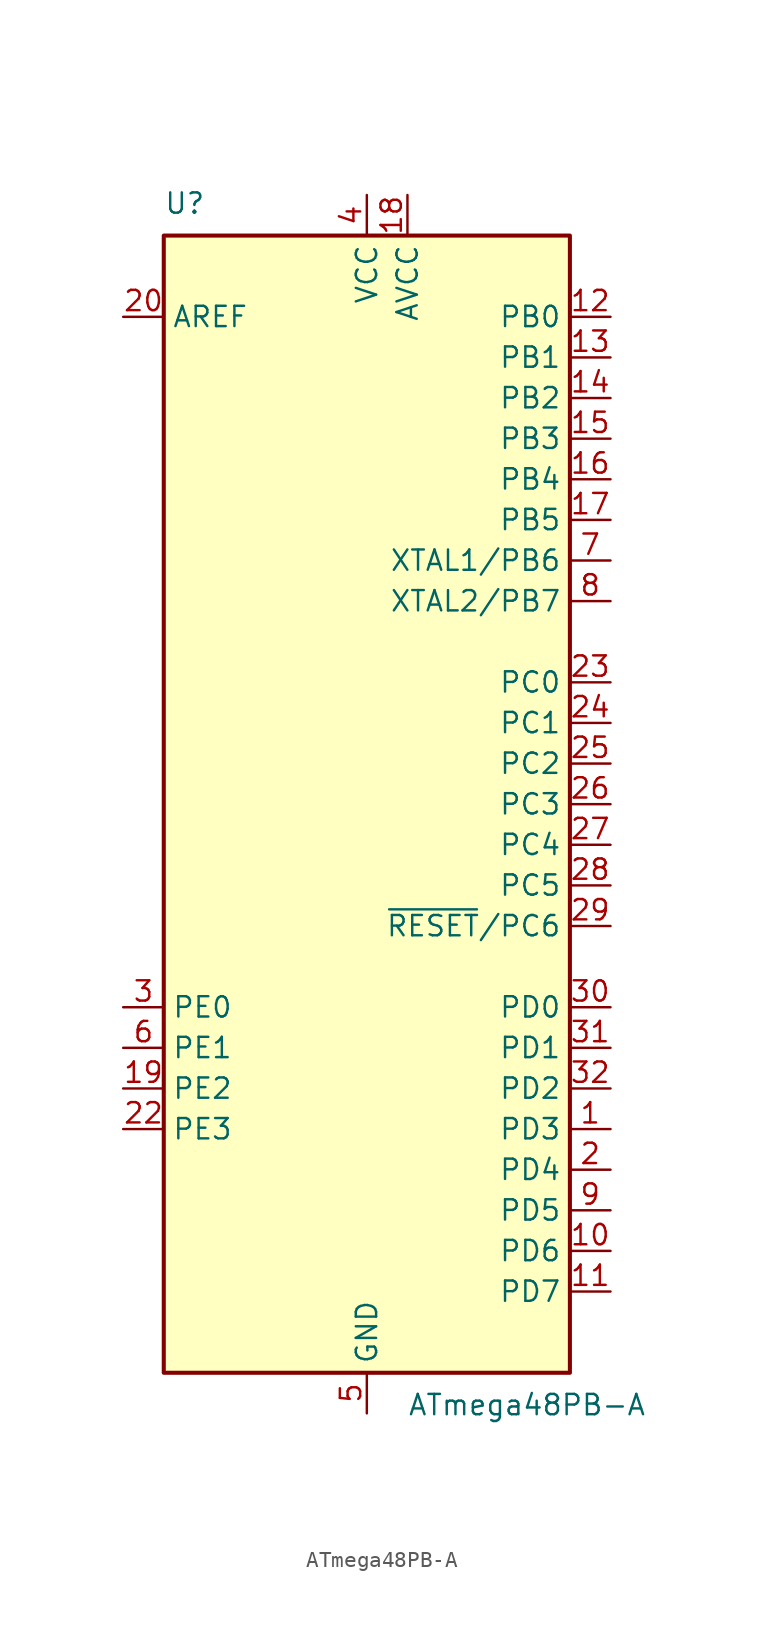
<source format=kicad_sym>
(kicad_symbol_lib
  (version 20231120)
  (generator "kicad_symbol_editor")
  (generator_version "8.0")
  (symbol "ATmega48PB-A"
    (property "Reference" "U"
      (at -12.7 36.83 0)
      (effects (font (size 1.27 1.27)) (justify left bottom)))
    (property "Value" "ATmega48PB-A"
      (at 2.54 -36.83 0)
      (effects (font (size 1.27 1.27)) (justify left top)))
    (symbol "ATmega48PB-A_0_1"
      (rectangle (start -12.7 -35.56) (end 12.7 35.56) (stroke (width 0.254) (type default)) (fill (type background))))
    (symbol "ATmega48PB-A_1_1"
      (pin bidirectional line (at 15.24 -20.32 180) (length 2.54) (name "PD3" (effects (font (size 1.27 1.27)))) (number "1" (effects (font (size 1.27 1.27)))) (alternate "INT1" input line) (alternate "OC2B" output line) (alternate "OC2B/INT1/PTCXY/PD3" bidirectional line) (alternate "PTCXY" input line))
      (pin bidirectional line (at 15.24 -27.94 180) (length 2.54) (name "PD6" (effects (font (size 1.27 1.27)))) (number "10" (effects (font (size 1.27 1.27)))) (alternate "AIN0" input line) (alternate "OC0A" output line) (alternate "OC0A/PTCXY/AIN0/PD6" bidirectional line) (alternate "PTCXY" input line))
      (pin bidirectional line (at 15.24 -30.48 180) (length 2.54) (name "PD7" (effects (font (size 1.27 1.27)))) (number "11" (effects (font (size 1.27 1.27)))) (alternate "AIN1" input line) (alternate "PTCXY" input line) (alternate "PTCXY/AIN1/PD7" bidirectional line))
      (pin bidirectional line (at 15.24 30.48 180) (length 2.54) (name "PB0" (effects (font (size 1.27 1.27)))) (number "12" (effects (font (size 1.27 1.27)))) (alternate "CLKO" output line) (alternate "ICP1" input line) (alternate "ICP1/CLKO/PTCXY/PB0" bidirectional line) (alternate "PTCXY" input line))
      (pin bidirectional line (at 15.24 27.94 180) (length 2.54) (name "PB1" (effects (font (size 1.27 1.27)))) (number "13" (effects (font (size 1.27 1.27)))) (alternate "OC1A" output line) (alternate "OC1A/PTCXY/PB1" bidirectional line) (alternate "PTCXY" input line))
      (pin bidirectional line (at 15.24 25.4 180) (length 2.54) (name "PB2" (effects (font (size 1.27 1.27)))) (number "14" (effects (font (size 1.27 1.27)))) (alternate "OC1B" output line) (alternate "PTCXY" input line) (alternate "~{SS0}" bidirectional line) (alternate "~{SS0}/OC1B/PTCXY/PB2" bidirectional line))
      (pin bidirectional line (at 15.24 22.86 180) (length 2.54) (name "PB3" (effects (font (size 1.27 1.27)))) (number "15" (effects (font (size 1.27 1.27)))) (alternate "MOSI0" bidirectional line) (alternate "MOSI0/TXD1/OC2A/PTCXY/PB3" bidirectional line) (alternate "OC2A" output line) (alternate "PTCXY" input line) (alternate "TXD1" output line))
      (pin bidirectional line (at 15.24 20.32 180) (length 2.54) (name "PB4" (effects (font (size 1.27 1.27)))) (number "16" (effects (font (size 1.27 1.27)))) (alternate "MISO0" bidirectional line) (alternate "MISO0/RXD1/PTCXY/PB4" bidirectional line) (alternate "PTCXY" input line) (alternate "RXD1" input line))
      (pin bidirectional line (at 15.24 17.78 180) (length 2.54) (name "PB5" (effects (font (size 1.27 1.27)))) (number "17" (effects (font (size 1.27 1.27)))) (alternate "PTCXY" input line) (alternate "PTCXY/XCK1/SCK0/PB5" bidirectional line) (alternate "SCK0" bidirectional line) (alternate "XCK1" bidirectional line))
      (pin power_in line (at 2.54 38.1 270) (length 2.54) (name "AVCC" (effects (font (size 1.27 1.27)))) (number "18" (effects (font (size 1.27 1.27)))))
      (pin bidirectional line (at -15.24 -17.78 0) (length 2.54) (name "PE2" (effects (font (size 1.27 1.27)))) (number "19" (effects (font (size 1.27 1.27)))) (alternate "ADC6" input line) (alternate "ADC6/PTCY/ICP3/~{SS1}/PE2" bidirectional line) (alternate "ICP3" input line) (alternate "PTCY" bidirectional line) (alternate "~{SS1}" bidirectional line))
      (pin bidirectional line (at 15.24 -22.86 180) (length 2.54) (name "PD4" (effects (font (size 1.27 1.27)))) (number "2" (effects (font (size 1.27 1.27)))) (alternate "PTCXY" input line) (alternate "T0" input line) (alternate "XCK" bidirectional line) (alternate "XCK/T0/PTCXY/PD4" bidirectional line))
      (pin passive line (at -15.24 30.48 0) (length 2.54) (name "AREF" (effects (font (size 1.27 1.27)))) (number "20" (effects (font (size 1.27 1.27)))))
      (pin passive line (at 0 -38.1 90) (length 2.54) hide (name "GND" (effects (font (size 1.27 1.27)))) (number "21" (effects (font (size 1.27 1.27)))))
      (pin bidirectional line (at -15.24 -20.32 0) (length 2.54) (name "PE3" (effects (font (size 1.27 1.27)))) (number "22" (effects (font (size 1.27 1.27)))) (alternate "ADC7" input line) (alternate "ADC7/PTCY/T3/MOSI1/PE3" bidirectional line) (alternate "MOSI1" bidirectional line) (alternate "PTCY" bidirectional line) (alternate "T3" input line))
      (pin bidirectional line (at 15.24 7.62 180) (length 2.54) (name "PC0" (effects (font (size 1.27 1.27)))) (number "23" (effects (font (size 1.27 1.27)))) (alternate "ADC0" input line) (alternate "ADC0/PTCY/MISO1/PC0" bidirectional line) (alternate "MISO1" bidirectional line) (alternate "PTCY" bidirectional line))
      (pin bidirectional line (at 15.24 5.08 180) (length 2.54) (name "PC1" (effects (font (size 1.27 1.27)))) (number "24" (effects (font (size 1.27 1.27)))) (alternate "ADC1" input line) (alternate "ADC1/PTCY/SCK1/PC1" bidirectional line) (alternate "PTCY" bidirectional line) (alternate "SCK1" bidirectional line))
      (pin bidirectional line (at 15.24 2.54 180) (length 2.54) (name "PC2" (effects (font (size 1.27 1.27)))) (number "25" (effects (font (size 1.27 1.27)))) (alternate "ADC2" input line) (alternate "ADC2/PTCY/PC2" bidirectional line) (alternate "PTCY" bidirectional line))
      (pin bidirectional line (at 15.24 0 180) (length 2.54) (name "PC3" (effects (font (size 1.27 1.27)))) (number "26" (effects (font (size 1.27 1.27)))) (alternate "ADC3" input line) (alternate "ADC3/PTCY/PC3" bidirectional line) (alternate "PTCY" bidirectional line))
      (pin bidirectional line (at 15.24 -2.54 180) (length 2.54) (name "PC4" (effects (font (size 1.27 1.27)))) (number "27" (effects (font (size 1.27 1.27)))) (alternate "ADC4" input line) (alternate "ADC4/PTCY/SDA0/PC4" bidirectional line) (alternate "PTCY" bidirectional line) (alternate "SDA0" bidirectional line))
      (pin bidirectional line (at 15.24 -5.08 180) (length 2.54) (name "PC5" (effects (font (size 1.27 1.27)))) (number "28" (effects (font (size 1.27 1.27)))) (alternate "ADC5" input line) (alternate "ADC5/PTCY/SCL0/PC5" bidirectional line) (alternate "PTCY" bidirectional line) (alternate "SCL0" bidirectional line))
      (pin bidirectional line (at 15.24 -7.62 180) (length 2.54) (name "~{RESET}/PC6" (effects (font (size 1.27 1.27)))) (number "29" (effects (font (size 1.27 1.27)))) (alternate "PC6" bidirectional line) (alternate "~{RESET}" input line))
      (pin bidirectional line (at -15.24 -12.7 0) (length 2.54) (name "PE0" (effects (font (size 1.27 1.27)))) (number "3" (effects (font (size 1.27 1.27)))) (alternate "ACO" output line) (alternate "ICP4" input line) (alternate "PTCXY" input line) (alternate "SDA1" bidirectional line) (alternate "SDA1/ICP4/ACO/PTCXY/PE0" bidirectional line))
      (pin bidirectional line (at 15.24 -12.7 180) (length 2.54) (name "PD0" (effects (font (size 1.27 1.27)))) (number "30" (effects (font (size 1.27 1.27)))) (alternate "OC3A" output line) (alternate "PTCXY" input line) (alternate "PTCXY/OC3A/RXD0/PD0" bidirectional line) (alternate "RXD0" input line))
      (pin bidirectional line (at 15.24 -15.24 180) (length 2.54) (name "PD1" (effects (font (size 1.27 1.27)))) (number "31" (effects (font (size 1.27 1.27)))) (alternate "OC4A" output line) (alternate "PTCXY" input line) (alternate "PTCXY/OC4A/TXD0/PD1" bidirectional line) (alternate "TXD0" output line))
      (pin bidirectional line (at 15.24 -17.78 180) (length 2.54) (name "PD2" (effects (font (size 1.27 1.27)))) (number "32" (effects (font (size 1.27 1.27)))) (alternate "INT0" input line) (alternate "OC3B" output line) (alternate "OC4B" output line) (alternate "PTCXY" input line) (alternate "PTCXY/INT0/OC3B/OC4B/PD2" bidirectional line))
      (pin power_in line (at 0 38.1 270) (length 2.54) (name "VCC" (effects (font (size 1.27 1.27)))) (number "4" (effects (font (size 1.27 1.27)))))
      (pin power_in line (at 0 -38.1 90) (length 2.54) (name "GND" (effects (font (size 1.27 1.27)))) (number "5" (effects (font (size 1.27 1.27)))))
      (pin bidirectional line (at -15.24 -15.24 0) (length 2.54) (name "PE1" (effects (font (size 1.27 1.27)))) (number "6" (effects (font (size 1.27 1.27)))) (alternate "PTCXY" input line) (alternate "SCL1" bidirectional line) (alternate "SCL1/T4/PTCXY/PE1" bidirectional line) (alternate "T4" input line))
      (pin bidirectional line (at 15.24 15.24 180) (length 2.54) (name "XTAL1/PB6" (effects (font (size 1.27 1.27)))) (number "7" (effects (font (size 1.27 1.27)))) (alternate "PB6" bidirectional line) (alternate "TOSC1" input line) (alternate "XTAL1" passive line) (alternate "XTAL1/TOSC1/PB6" bidirectional line))
      (pin bidirectional line (at 15.24 12.7 180) (length 2.54) (name "XTAL2/PB7" (effects (font (size 1.27 1.27)))) (number "8" (effects (font (size 1.27 1.27)))) (alternate "PB7" bidirectional line) (alternate "TOSC2" input line) (alternate "XTAL2" passive line) (alternate "XTAL2/TOSC2/PB7" bidirectional line))
      (pin bidirectional line (at 15.24 -25.4 180) (length 2.54) (name "PD5" (effects (font (size 1.27 1.27)))) (number "9" (effects (font (size 1.27 1.27)))) (alternate "OC0B" output line) (alternate "OC0B/T1/PTCXY/PD5" bidirectional line) (alternate "PTCXY" input line) (alternate "T1" input line)))))
</source>
